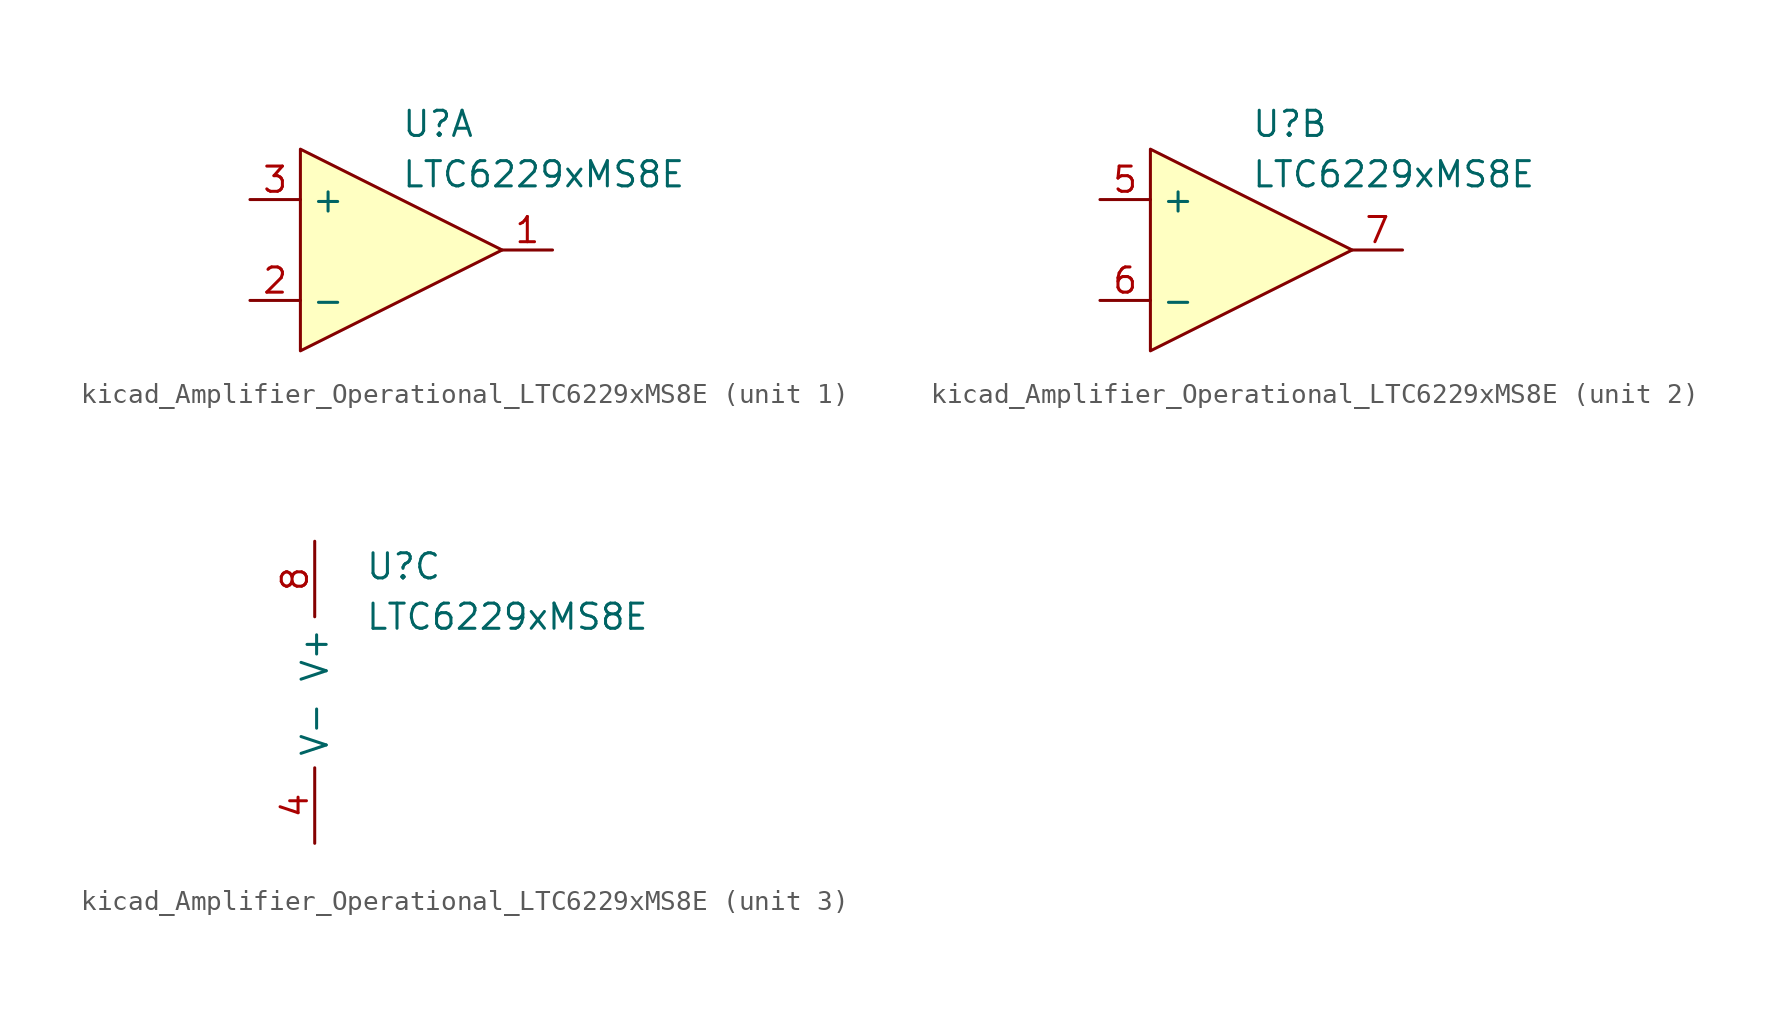
<source format=kicad_sym>
(kicad_symbol_lib
  (version 20220914)
  (generator kicad_symbol_editor)
  (symbol "kicad_Amplifier_Operational_LTC6229xMS8E"
    (property "Reference" "U"
      (at 0 6.35 0)
      (effects (font (size 1.27 1.27)) (justify left)))
    (property "Value" "LTC6229xMS8E"
      (at 0 3.81 0)
      (effects (font (size 1.27 1.27)) (justify left)))
    (symbol "kicad_Amplifier_Operational_LTC6229xMS8E_1_1"
      (polyline (pts (xy -5.08 5.08) (xy 5.08 0) (xy -5.08 -5.08) (xy -5.08 5.08)) (stroke (width 0) (type default)) (fill (type background)))
      (pin output line (at 7.62 0 180) (length 2.54) (name "~" (effects (font (size 1.27 1.27)))) (number "1" (effects (font (size 1.27 1.27)))))
      (pin input line (at -7.62 -2.54 0) (length 2.54) (name "-" (effects (font (size 1.27 1.27)))) (number "2" (effects (font (size 1.27 1.27)))))
      (pin input line (at -7.62 2.54 0) (length 2.54) (name "+" (effects (font (size 1.27 1.27)))) (number "3" (effects (font (size 1.27 1.27))))))
    (symbol "kicad_Amplifier_Operational_LTC6229xMS8E_2_1"
      (polyline (pts (xy -5.08 5.08) (xy 5.08 0) (xy -5.08 -5.08) (xy -5.08 5.08)) (stroke (width 0) (type default)) (fill (type background)))
      (pin input line (at -7.62 2.54 0) (length 2.54) (name "+" (effects (font (size 1.27 1.27)))) (number "5" (effects (font (size 1.27 1.27)))))
      (pin input line (at -7.62 -2.54 0) (length 2.54) (name "-" (effects (font (size 1.27 1.27)))) (number "6" (effects (font (size 1.27 1.27)))))
      (pin output line (at 7.62 0 180) (length 2.54) (name "~" (effects (font (size 1.27 1.27)))) (number "7" (effects (font (size 1.27 1.27))))))
    (symbol "kicad_Amplifier_Operational_LTC6229xMS8E_3_1"
      (pin power_in line (at -2.54 -7.62 90) (length 3.81) (name "V-" (effects (font (size 1.27 1.27)))) (number "4" (effects (font (size 1.27 1.27)))))
      (pin power_in line (at -2.54 7.62 270) (length 3.81) (name "V+" (effects (font (size 1.27 1.27)))) (number "8" (effects (font (size 1.27 1.27)))))
      (pin passive line (at -2.54 -7.62 90) (length 3.81) hide (name "V-" (effects (font (size 1.27 1.27)))) (number "9" (effects (font (size 1.27 1.27))))))))
</source>
